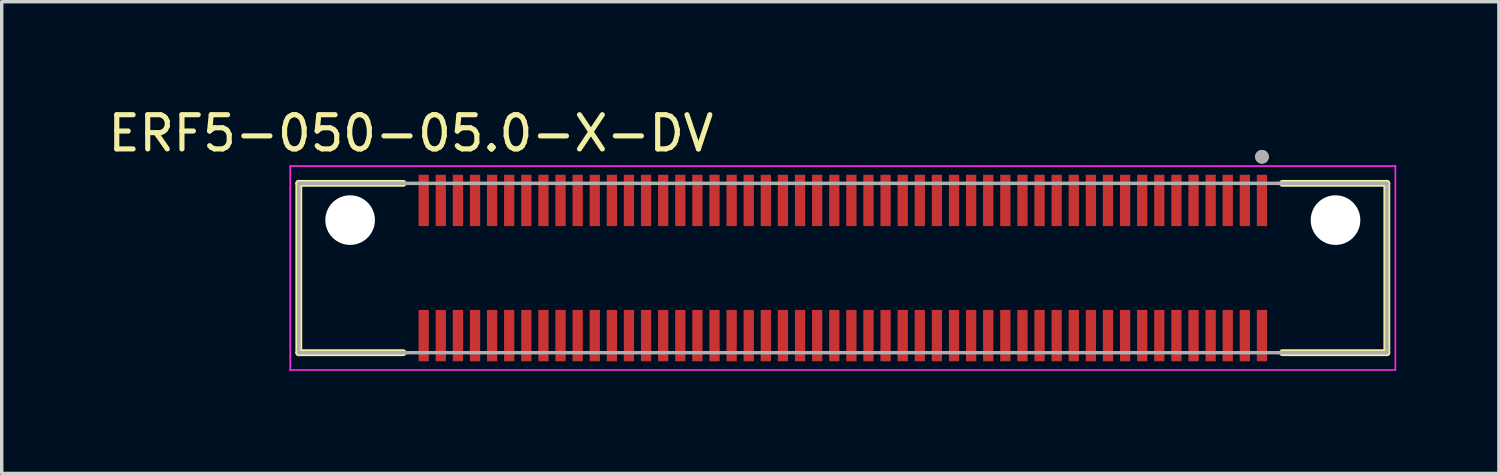
<source format=kicad_pcb>
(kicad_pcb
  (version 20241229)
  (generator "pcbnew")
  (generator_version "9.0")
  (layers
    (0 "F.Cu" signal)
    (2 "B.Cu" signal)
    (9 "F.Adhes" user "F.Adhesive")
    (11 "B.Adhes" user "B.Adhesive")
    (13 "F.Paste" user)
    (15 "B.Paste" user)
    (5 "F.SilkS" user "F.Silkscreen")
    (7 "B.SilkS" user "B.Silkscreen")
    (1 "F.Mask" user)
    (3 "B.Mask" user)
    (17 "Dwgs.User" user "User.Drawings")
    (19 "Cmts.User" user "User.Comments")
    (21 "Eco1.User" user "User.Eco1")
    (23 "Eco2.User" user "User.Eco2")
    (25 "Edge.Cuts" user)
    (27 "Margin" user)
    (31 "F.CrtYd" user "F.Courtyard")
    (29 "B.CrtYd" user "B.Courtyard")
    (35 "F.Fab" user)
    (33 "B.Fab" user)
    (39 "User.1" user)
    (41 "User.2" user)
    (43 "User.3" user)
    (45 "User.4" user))
  (footprint "ERF5-050-05.0-X-DV"
    (layer "F.Cu")
    (at 21.583 4.783)
    (property "Reference" "ERF5-050-05.0-X-DV" (at -12.625 -3.935 0) (layer "F.SilkS") (effects (font (size 1 1) (thickness 0.15))))
    (attr smd)
    (fp_line (start -15.9 -2.475) (end -12.85 -2.475) (stroke (width 0.2) (type solid)) (layer "F.SilkS"))
    (fp_line (start -15.9 2.475) (end -15.9 -2.475) (stroke (width 0.2) (type solid)) (layer "F.SilkS"))
    (fp_line (start -12.85 2.475) (end -15.9 2.475) (stroke (width 0.2) (type solid)) (layer "F.SilkS"))
    (fp_line (start 12.85 -2.475) (end 15.9 -2.475) (stroke (width 0.2) (type solid)) (layer "F.SilkS"))
    (fp_line (start 15.9 -2.475) (end 15.9 2.475) (stroke (width 0.2) (type solid)) (layer "F.SilkS"))
    (fp_line (start 15.9 2.475) (end 12.85 2.475) (stroke (width 0.2) (type solid)) (layer "F.SilkS"))
    (fp_circle (center 12.25 -3.25) (end 12.35 -3.25) (stroke (width 0.2) (type solid)) (fill no) (layer "F.SilkS"))
    (fp_poly (pts (xy -12.377 -2.725) (xy -12.123 -2.725) (xy -12.123 -1.225) (xy -12.377 -1.225)) (stroke (width 0.01) (type solid)) (fill yes) (layer "F.Paste"))
    (fp_poly (pts (xy -12.377 1.225) (xy -12.123 1.225) (xy -12.123 2.725) (xy -12.377 2.725)) (stroke (width 0.01) (type solid)) (fill yes) (layer "F.Paste"))
    (fp_poly (pts (xy -11.877 -2.725) (xy -11.623 -2.725) (xy -11.623 -1.225) (xy -11.877 -1.225)) (stroke (width 0.01) (type solid)) (fill yes) (layer "F.Paste"))
    (fp_poly (pts (xy -11.877 1.225) (xy -11.623 1.225) (xy -11.623 2.725) (xy -11.877 2.725)) (stroke (width 0.01) (type solid)) (fill yes) (layer "F.Paste"))
    (fp_poly (pts (xy -11.377 -2.725) (xy -11.123 -2.725) (xy -11.123 -1.225) (xy -11.377 -1.225)) (stroke (width 0.01) (type solid)) (fill yes) (layer "F.Paste"))
    (fp_poly (pts (xy -11.377 1.225) (xy -11.123 1.225) (xy -11.123 2.725) (xy -11.377 2.725)) (stroke (width 0.01) (type solid)) (fill yes) (layer "F.Paste"))
    (fp_poly (pts (xy -10.877 -2.725) (xy -10.623 -2.725) (xy -10.623 -1.225) (xy -10.877 -1.225)) (stroke (width 0.01) (type solid)) (fill yes) (layer "F.Paste"))
    (fp_poly (pts (xy -10.877 1.225) (xy -10.623 1.225) (xy -10.623 2.725) (xy -10.877 2.725)) (stroke (width 0.01) (type solid)) (fill yes) (layer "F.Paste"))
    (fp_poly (pts (xy -10.377 -2.725) (xy -10.123 -2.725) (xy -10.123 -1.225) (xy -10.377 -1.225)) (stroke (width 0.01) (type solid)) (fill yes) (layer "F.Paste"))
    (fp_poly (pts (xy -10.377 1.225) (xy -10.123 1.225) (xy -10.123 2.725) (xy -10.377 2.725)) (stroke (width 0.01) (type solid)) (fill yes) (layer "F.Paste"))
    (fp_poly (pts (xy -9.877 -2.725) (xy -9.623 -2.725) (xy -9.623 -1.225) (xy -9.877 -1.225)) (stroke (width 0.01) (type solid)) (fill yes) (layer "F.Paste"))
    (fp_poly (pts (xy -9.877 1.225) (xy -9.623 1.225) (xy -9.623 2.725) (xy -9.877 2.725)) (stroke (width 0.01) (type solid)) (fill yes) (layer "F.Paste"))
    (fp_poly (pts (xy -9.377 -2.725) (xy -9.123 -2.725) (xy -9.123 -1.225) (xy -9.377 -1.225)) (stroke (width 0.01) (type solid)) (fill yes) (layer "F.Paste"))
    (fp_poly (pts (xy -9.377 1.225) (xy -9.123 1.225) (xy -9.123 2.725) (xy -9.377 2.725)) (stroke (width 0.01) (type solid)) (fill yes) (layer "F.Paste"))
    (fp_poly (pts (xy -8.877 -2.725) (xy -8.623 -2.725) (xy -8.623 -1.225) (xy -8.877 -1.225)) (stroke (width 0.01) (type solid)) (fill yes) (layer "F.Paste"))
    (fp_poly (pts (xy -8.877 1.225) (xy -8.623 1.225) (xy -8.623 2.725) (xy -8.877 2.725)) (stroke (width 0.01) (type solid)) (fill yes) (layer "F.Paste"))
    (fp_poly (pts (xy -8.377 -2.725) (xy -8.123 -2.725) (xy -8.123 -1.225) (xy -8.377 -1.225)) (stroke (width 0.01) (type solid)) (fill yes) (layer "F.Paste"))
    (fp_poly (pts (xy -8.377 1.225) (xy -8.123 1.225) (xy -8.123 2.725) (xy -8.377 2.725)) (stroke (width 0.01) (type solid)) (fill yes) (layer "F.Paste"))
    (fp_poly (pts (xy -7.877 -2.725) (xy -7.623 -2.725) (xy -7.623 -1.225) (xy -7.877 -1.225)) (stroke (width 0.01) (type solid)) (fill yes) (layer "F.Paste"))
    (fp_poly (pts (xy -7.877 1.225) (xy -7.623 1.225) (xy -7.623 2.725) (xy -7.877 2.725)) (stroke (width 0.01) (type solid)) (fill yes) (layer "F.Paste"))
    (fp_poly (pts (xy -7.377 -2.725) (xy -7.123 -2.725) (xy -7.123 -1.225) (xy -7.377 -1.225)) (stroke (width 0.01) (type solid)) (fill yes) (layer "F.Paste"))
    (fp_poly (pts (xy -7.377 1.225) (xy -7.123 1.225) (xy -7.123 2.725) (xy -7.377 2.725)) (stroke (width 0.01) (type solid)) (fill yes) (layer "F.Paste"))
    (fp_poly (pts (xy -6.877 -2.725) (xy -6.623 -2.725) (xy -6.623 -1.225) (xy -6.877 -1.225)) (stroke (width 0.01) (type solid)) (fill yes) (layer "F.Paste"))
    (fp_poly (pts (xy -6.877 1.225) (xy -6.623 1.225) (xy -6.623 2.725) (xy -6.877 2.725)) (stroke (width 0.01) (type solid)) (fill yes) (layer "F.Paste"))
    (fp_poly (pts (xy -6.377 -2.725) (xy -6.123 -2.725) (xy -6.123 -1.225) (xy -6.377 -1.225)) (stroke (width 0.01) (type solid)) (fill yes) (layer "F.Paste"))
    (fp_poly (pts (xy -6.377 1.225) (xy -6.123 1.225) (xy -6.123 2.725) (xy -6.377 2.725)) (stroke (width 0.01) (type solid)) (fill yes) (layer "F.Paste"))
    (fp_poly (pts (xy -5.877 -2.725) (xy -5.623 -2.725) (xy -5.623 -1.225) (xy -5.877 -1.225)) (stroke (width 0.01) (type solid)) (fill yes) (layer "F.Paste"))
    (fp_poly (pts (xy -5.877 1.225) (xy -5.623 1.225) (xy -5.623 2.725) (xy -5.877 2.725)) (stroke (width 0.01) (type solid)) (fill yes) (layer "F.Paste"))
    (fp_poly (pts (xy -5.377 -2.725) (xy -5.123 -2.725) (xy -5.123 -1.225) (xy -5.377 -1.225)) (stroke (width 0.01) (type solid)) (fill yes) (layer "F.Paste"))
    (fp_poly (pts (xy -5.377 1.225) (xy -5.123 1.225) (xy -5.123 2.725) (xy -5.377 2.725)) (stroke (width 0.01) (type solid)) (fill yes) (layer "F.Paste"))
    (fp_poly (pts (xy -4.877 -2.725) (xy -4.623 -2.725) (xy -4.623 -1.225) (xy -4.877 -1.225)) (stroke (width 0.01) (type solid)) (fill yes) (layer "F.Paste"))
    (fp_poly (pts (xy -4.877 1.225) (xy -4.623 1.225) (xy -4.623 2.725) (xy -4.877 2.725)) (stroke (width 0.01) (type solid)) (fill yes) (layer "F.Paste"))
    (fp_poly (pts (xy -4.377 -2.725) (xy -4.123 -2.725) (xy -4.123 -1.225) (xy -4.377 -1.225)) (stroke (width 0.01) (type solid)) (fill yes) (layer "F.Paste"))
    (fp_poly (pts (xy -4.377 1.225) (xy -4.123 1.225) (xy -4.123 2.725) (xy -4.377 2.725)) (stroke (width 0.01) (type solid)) (fill yes) (layer "F.Paste"))
    (fp_poly (pts (xy -3.877 -2.725) (xy -3.623 -2.725) (xy -3.623 -1.225) (xy -3.877 -1.225)) (stroke (width 0.01) (type solid)) (fill yes) (layer "F.Paste"))
    (fp_poly (pts (xy -3.877 1.225) (xy -3.623 1.225) (xy -3.623 2.725) (xy -3.877 2.725)) (stroke (width 0.01) (type solid)) (fill yes) (layer "F.Paste"))
    (fp_poly (pts (xy -3.377 -2.725) (xy -3.123 -2.725) (xy -3.123 -1.225) (xy -3.377 -1.225)) (stroke (width 0.01) (type solid)) (fill yes) (layer "F.Paste"))
    (fp_poly (pts (xy -3.377 1.225) (xy -3.123 1.225) (xy -3.123 2.725) (xy -3.377 2.725)) (stroke (width 0.01) (type solid)) (fill yes) (layer "F.Paste"))
    (fp_poly (pts (xy -2.877 -2.725) (xy -2.623 -2.725) (xy -2.623 -1.225) (xy -2.877 -1.225)) (stroke (width 0.01) (type solid)) (fill yes) (layer "F.Paste"))
    (fp_poly (pts (xy -2.877 1.225) (xy -2.623 1.225) (xy -2.623 2.725) (xy -2.877 2.725)) (stroke (width 0.01) (type solid)) (fill yes) (layer "F.Paste"))
    (fp_poly (pts (xy -2.377 -2.725) (xy -2.123 -2.725) (xy -2.123 -1.225) (xy -2.377 -1.225)) (stroke (width 0.01) (type solid)) (fill yes) (layer "F.Paste"))
    (fp_poly (pts (xy -2.377 1.225) (xy -2.123 1.225) (xy -2.123 2.725) (xy -2.377 2.725)) (stroke (width 0.01) (type solid)) (fill yes) (layer "F.Paste"))
    (fp_poly (pts (xy -1.877 -2.725) (xy -1.623 -2.725) (xy -1.623 -1.225) (xy -1.877 -1.225)) (stroke (width 0.01) (type solid)) (fill yes) (layer "F.Paste"))
    (fp_poly (pts (xy -1.877 1.225) (xy -1.623 1.225) (xy -1.623 2.725) (xy -1.877 2.725)) (stroke (width 0.01) (type solid)) (fill yes) (layer "F.Paste"))
    (fp_poly (pts (xy -1.377 -2.725) (xy -1.123 -2.725) (xy -1.123 -1.225) (xy -1.377 -1.225)) (stroke (width 0.01) (type solid)) (fill yes) (layer "F.Paste"))
    (fp_poly (pts (xy -1.377 1.225) (xy -1.123 1.225) (xy -1.123 2.725) (xy -1.377 2.725)) (stroke (width 0.01) (type solid)) (fill yes) (layer "F.Paste"))
    (fp_poly (pts (xy -0.877 -2.725) (xy -0.623 -2.725) (xy -0.623 -1.225) (xy -0.877 -1.225)) (stroke (width 0.01) (type solid)) (fill yes) (layer "F.Paste"))
    (fp_poly (pts (xy -0.877 1.225) (xy -0.623 1.225) (xy -0.623 2.725) (xy -0.877 2.725)) (stroke (width 0.01) (type solid)) (fill yes) (layer "F.Paste"))
    (fp_poly (pts (xy -0.377 -2.725) (xy -0.123 -2.725) (xy -0.123 -1.225) (xy -0.377 -1.225)) (stroke (width 0.01) (type solid)) (fill yes) (layer "F.Paste"))
    (fp_poly (pts (xy -0.377 1.225) (xy -0.123 1.225) (xy -0.123 2.725) (xy -0.377 2.725)) (stroke (width 0.01) (type solid)) (fill yes) (layer "F.Paste"))
    (fp_poly (pts (xy 0.123 -2.725) (xy 0.377 -2.725) (xy 0.377 -1.225) (xy 0.123 -1.225)) (stroke (width 0.01) (type solid)) (fill yes) (layer "F.Paste"))
    (fp_poly (pts (xy 0.123 1.225) (xy 0.377 1.225) (xy 0.377 2.725) (xy 0.123 2.725)) (stroke (width 0.01) (type solid)) (fill yes) (layer "F.Paste"))
    (fp_poly (pts (xy 0.623 -2.725) (xy 0.877 -2.725) (xy 0.877 -1.225) (xy 0.623 -1.225)) (stroke (width 0.01) (type solid)) (fill yes) (layer "F.Paste"))
    (fp_poly (pts (xy 0.623 1.225) (xy 0.877 1.225) (xy 0.877 2.725) (xy 0.623 2.725)) (stroke (width 0.01) (type solid)) (fill yes) (layer "F.Paste"))
    (fp_poly (pts (xy 1.123 -2.725) (xy 1.377 -2.725) (xy 1.377 -1.225) (xy 1.123 -1.225)) (stroke (width 0.01) (type solid)) (fill yes) (layer "F.Paste"))
    (fp_poly (pts (xy 1.123 1.225) (xy 1.377 1.225) (xy 1.377 2.725) (xy 1.123 2.725)) (stroke (width 0.01) (type solid)) (fill yes) (layer "F.Paste"))
    (fp_poly (pts (xy 1.623 -2.725) (xy 1.877 -2.725) (xy 1.877 -1.225) (xy 1.623 -1.225)) (stroke (width 0.01) (type solid)) (fill yes) (layer "F.Paste"))
    (fp_poly (pts (xy 1.623 1.225) (xy 1.877 1.225) (xy 1.877 2.725) (xy 1.623 2.725)) (stroke (width 0.01) (type solid)) (fill yes) (layer "F.Paste"))
    (fp_poly (pts (xy 2.123 -2.725) (xy 2.377 -2.725) (xy 2.377 -1.225) (xy 2.123 -1.225)) (stroke (width 0.01) (type solid)) (fill yes) (layer "F.Paste"))
    (fp_poly (pts (xy 2.123 1.225) (xy 2.377 1.225) (xy 2.377 2.725) (xy 2.123 2.725)) (stroke (width 0.01) (type solid)) (fill yes) (layer "F.Paste"))
    (fp_poly (pts (xy 2.623 -2.725) (xy 2.877 -2.725) (xy 2.877 -1.225) (xy 2.623 -1.225)) (stroke (width 0.01) (type solid)) (fill yes) (layer "F.Paste"))
    (fp_poly (pts (xy 2.623 1.225) (xy 2.877 1.225) (xy 2.877 2.725) (xy 2.623 2.725)) (stroke (width 0.01) (type solid)) (fill yes) (layer "F.Paste"))
    (fp_poly (pts (xy 3.123 -2.725) (xy 3.377 -2.725) (xy 3.377 -1.225) (xy 3.123 -1.225)) (stroke (width 0.01) (type solid)) (fill yes) (layer "F.Paste"))
    (fp_poly (pts (xy 3.123 1.225) (xy 3.377 1.225) (xy 3.377 2.725) (xy 3.123 2.725)) (stroke (width 0.01) (type solid)) (fill yes) (layer "F.Paste"))
    (fp_poly (pts (xy 3.623 -2.725) (xy 3.877 -2.725) (xy 3.877 -1.225) (xy 3.623 -1.225)) (stroke (width 0.01) (type solid)) (fill yes) (layer "F.Paste"))
    (fp_poly (pts (xy 3.623 1.225) (xy 3.877 1.225) (xy 3.877 2.725) (xy 3.623 2.725)) (stroke (width 0.01) (type solid)) (fill yes) (layer "F.Paste"))
    (fp_poly (pts (xy 4.123 -2.725) (xy 4.377 -2.725) (xy 4.377 -1.225) (xy 4.123 -1.225)) (stroke (width 0.01) (type solid)) (fill yes) (layer "F.Paste"))
    (fp_poly (pts (xy 4.123 1.225) (xy 4.377 1.225) (xy 4.377 2.725) (xy 4.123 2.725)) (stroke (width 0.01) (type solid)) (fill yes) (layer "F.Paste"))
    (fp_poly (pts (xy 4.623 -2.725) (xy 4.877 -2.725) (xy 4.877 -1.225) (xy 4.623 -1.225)) (stroke (width 0.01) (type solid)) (fill yes) (layer "F.Paste"))
    (fp_poly (pts (xy 4.623 1.225) (xy 4.877 1.225) (xy 4.877 2.725) (xy 4.623 2.725)) (stroke (width 0.01) (type solid)) (fill yes) (layer "F.Paste"))
    (fp_poly (pts (xy 5.123 -2.725) (xy 5.377 -2.725) (xy 5.377 -1.225) (xy 5.123 -1.225)) (stroke (width 0.01) (type solid)) (fill yes) (layer "F.Paste"))
    (fp_poly (pts (xy 5.123 1.225) (xy 5.377 1.225) (xy 5.377 2.725) (xy 5.123 2.725)) (stroke (width 0.01) (type solid)) (fill yes) (layer "F.Paste"))
    (fp_poly (pts (xy 5.623 -2.725) (xy 5.877 -2.725) (xy 5.877 -1.225) (xy 5.623 -1.225)) (stroke (width 0.01) (type solid)) (fill yes) (layer "F.Paste"))
    (fp_poly (pts (xy 5.623 1.225) (xy 5.877 1.225) (xy 5.877 2.725) (xy 5.623 2.725)) (stroke (width 0.01) (type solid)) (fill yes) (layer "F.Paste"))
    (fp_poly (pts (xy 6.123 -2.725) (xy 6.377 -2.725) (xy 6.377 -1.225) (xy 6.123 -1.225)) (stroke (width 0.01) (type solid)) (fill yes) (layer "F.Paste"))
    (fp_poly (pts (xy 6.123 1.225) (xy 6.377 1.225) (xy 6.377 2.725) (xy 6.123 2.725)) (stroke (width 0.01) (type solid)) (fill yes) (layer "F.Paste"))
    (fp_poly (pts (xy 6.623 -2.725) (xy 6.877 -2.725) (xy 6.877 -1.225) (xy 6.623 -1.225)) (stroke (width 0.01) (type solid)) (fill yes) (layer "F.Paste"))
    (fp_poly (pts (xy 6.623 1.225) (xy 6.877 1.225) (xy 6.877 2.725) (xy 6.623 2.725)) (stroke (width 0.01) (type solid)) (fill yes) (layer "F.Paste"))
    (fp_poly (pts (xy 7.123 -2.725) (xy 7.377 -2.725) (xy 7.377 -1.225) (xy 7.123 -1.225)) (stroke (width 0.01) (type solid)) (fill yes) (layer "F.Paste"))
    (fp_poly (pts (xy 7.123 1.225) (xy 7.377 1.225) (xy 7.377 2.725) (xy 7.123 2.725)) (stroke (width 0.01) (type solid)) (fill yes) (layer "F.Paste"))
    (fp_poly (pts (xy 7.623 -2.725) (xy 7.877 -2.725) (xy 7.877 -1.225) (xy 7.623 -1.225)) (stroke (width 0.01) (type solid)) (fill yes) (layer "F.Paste"))
    (fp_poly (pts (xy 7.623 1.225) (xy 7.877 1.225) (xy 7.877 2.725) (xy 7.623 2.725)) (stroke (width 0.01) (type solid)) (fill yes) (layer "F.Paste"))
    (fp_poly (pts (xy 8.123 -2.725) (xy 8.377 -2.725) (xy 8.377 -1.225) (xy 8.123 -1.225)) (stroke (width 0.01) (type solid)) (fill yes) (layer "F.Paste"))
    (fp_poly (pts (xy 8.123 1.225) (xy 8.377 1.225) (xy 8.377 2.725) (xy 8.123 2.725)) (stroke (width 0.01) (type solid)) (fill yes) (layer "F.Paste"))
    (fp_poly (pts (xy 8.623 -2.725) (xy 8.877 -2.725) (xy 8.877 -1.225) (xy 8.623 -1.225)) (stroke (width 0.01) (type solid)) (fill yes) (layer "F.Paste"))
    (fp_poly (pts (xy 8.623 1.225) (xy 8.877 1.225) (xy 8.877 2.725) (xy 8.623 2.725)) (stroke (width 0.01) (type solid)) (fill yes) (layer "F.Paste"))
    (fp_poly (pts (xy 9.123 -2.725) (xy 9.377 -2.725) (xy 9.377 -1.225) (xy 9.123 -1.225)) (stroke (width 0.01) (type solid)) (fill yes) (layer "F.Paste"))
    (fp_poly (pts (xy 9.123 1.225) (xy 9.377 1.225) (xy 9.377 2.725) (xy 9.123 2.725)) (stroke (width 0.01) (type solid)) (fill yes) (layer "F.Paste"))
    (fp_poly (pts (xy 9.623 -2.725) (xy 9.877 -2.725) (xy 9.877 -1.225) (xy 9.623 -1.225)) (stroke (width 0.01) (type solid)) (fill yes) (layer "F.Paste"))
    (fp_poly (pts (xy 9.623 1.225) (xy 9.877 1.225) (xy 9.877 2.725) (xy 9.623 2.725)) (stroke (width 0.01) (type solid)) (fill yes) (layer "F.Paste"))
    (fp_poly (pts (xy 10.123 -2.725) (xy 10.377 -2.725) (xy 10.377 -1.225) (xy 10.123 -1.225)) (stroke (width 0.01) (type solid)) (fill yes) (layer "F.Paste"))
    (fp_poly (pts (xy 10.123 1.225) (xy 10.377 1.225) (xy 10.377 2.725) (xy 10.123 2.725)) (stroke (width 0.01) (type solid)) (fill yes) (layer "F.Paste"))
    (fp_poly (pts (xy 10.623 -2.725) (xy 10.877 -2.725) (xy 10.877 -1.225) (xy 10.623 -1.225)) (stroke (width 0.01) (type solid)) (fill yes) (layer "F.Paste"))
    (fp_poly (pts (xy 10.623 1.225) (xy 10.877 1.225) (xy 10.877 2.725) (xy 10.623 2.725)) (stroke (width 0.01) (type solid)) (fill yes) (layer "F.Paste"))
    (fp_poly (pts (xy 11.123 -2.725) (xy 11.377 -2.725) (xy 11.377 -1.225) (xy 11.123 -1.225)) (stroke (width 0.01) (type solid)) (fill yes) (layer "F.Paste"))
    (fp_poly (pts (xy 11.123 1.225) (xy 11.377 1.225) (xy 11.377 2.725) (xy 11.123 2.725)) (stroke (width 0.01) (type solid)) (fill yes) (layer "F.Paste"))
    (fp_poly (pts (xy 11.623 -2.725) (xy 11.877 -2.725) (xy 11.877 -1.225) (xy 11.623 -1.225)) (stroke (width 0.01) (type solid)) (fill yes) (layer "F.Paste"))
    (fp_poly (pts (xy 11.623 1.225) (xy 11.877 1.225) (xy 11.877 2.725) (xy 11.623 2.725)) (stroke (width 0.01) (type solid)) (fill yes) (layer "F.Paste"))
    (fp_poly (pts (xy 12.123 -2.725) (xy 12.377 -2.725) (xy 12.377 -1.225) (xy 12.123 -1.225)) (stroke (width 0.01) (type solid)) (fill yes) (layer "F.Paste"))
    (fp_poly (pts (xy 12.123 1.225) (xy 12.377 1.225) (xy 12.377 2.725) (xy 12.123 2.725)) (stroke (width 0.01) (type solid)) (fill yes) (layer "F.Paste"))
    (fp_line (start -16.15 -2.98) (end -16.15 2.98) (stroke (width 0.05) (type solid)) (layer "F.CrtYd"))
    (fp_line (start -16.15 2.98) (end 16.15 2.98) (stroke (width 0.05) (type solid)) (layer "F.CrtYd"))
    (fp_line (start 16.15 -2.98) (end -16.15 -2.98) (stroke (width 0.05) (type solid)) (layer "F.CrtYd"))
    (fp_line (start 16.15 2.98) (end 16.15 -2.98) (stroke (width 0.05) (type solid)) (layer "F.CrtYd"))
    (fp_line (start -15.9 -2.475) (end 15.9 -2.475) (stroke (width 0.1) (type solid)) (layer "F.Fab"))
    (fp_line (start -15.9 2.475) (end -15.9 -2.475) (stroke (width 0.1) (type solid)) (layer "F.Fab"))
    (fp_line (start 15.9 -2.475) (end 15.9 2.475) (stroke (width 0.1) (type solid)) (layer "F.Fab"))
    (fp_line (start 15.9 2.475) (end -15.9 2.475) (stroke (width 0.1) (type solid)) (layer "F.Fab"))
    (fp_circle (center 12.25 -3.25) (end 12.35 -3.25) (stroke (width 0.2) (type solid)) (fill no) (layer "F.Fab"))
    (pad "" np_thru_hole circle (at -14.4 -1.4) (size 1.45 1.45) (drill 1.45) (layers "*.Cu" "*.Mask"))
    (pad "" np_thru_hole circle (at 14.4 -1.4) (size 1.45 1.45) (drill 1.45) (layers "*.Cu" "*.Mask"))
    (pad "01" smd rect (at 12.25 -1.975 90) (size 1.5 0.3) (layers "F.Cu" "F.Mask"))
    (pad "02" smd rect (at 12.25 1.975 90) (size 1.5 0.3) (layers "F.Cu" "F.Mask"))
    (pad "03" smd rect (at 11.75 -1.975 90) (size 1.5 0.3) (layers "F.Cu" "F.Mask"))
    (pad "04" smd rect (at 11.75 1.975 90) (size 1.5 0.3) (layers "F.Cu" "F.Mask"))
    (pad "05" smd rect (at 11.25 -1.975 90) (size 1.5 0.3) (layers "F.Cu" "F.Mask"))
    (pad "06" smd rect (at 11.25 1.975 90) (size 1.5 0.3) (layers "F.Cu" "F.Mask"))
    (pad "07" smd rect (at 10.75 -1.975 90) (size 1.5 0.3) (layers "F.Cu" "F.Mask"))
    (pad "08" smd rect (at 10.75 1.975 90) (size 1.5 0.3) (layers "F.Cu" "F.Mask"))
    (pad "09" smd rect (at 10.25 -1.975 90) (size 1.5 0.3) (layers "F.Cu" "F.Mask"))
    (pad "10" smd rect (at 10.25 1.975 90) (size 1.5 0.3) (layers "F.Cu" "F.Mask"))
    (pad "11" smd rect (at 9.75 -1.975 90) (size 1.5 0.3) (layers "F.Cu" "F.Mask"))
    (pad "12" smd rect (at 9.75 1.975 90) (size 1.5 0.3) (layers "F.Cu" "F.Mask"))
    (pad "13" smd rect (at 9.25 -1.975 90) (size 1.5 0.3) (layers "F.Cu" "F.Mask"))
    (pad "14" smd rect (at 9.25 1.975 90) (size 1.5 0.3) (layers "F.Cu" "F.Mask"))
    (pad "15" smd rect (at 8.75 -1.975 90) (size 1.5 0.3) (layers "F.Cu" "F.Mask"))
    (pad "16" smd rect (at 8.75 1.975 90) (size 1.5 0.3) (layers "F.Cu" "F.Mask"))
    (pad "17" smd rect (at 8.25 -1.975 90) (size 1.5 0.3) (layers "F.Cu" "F.Mask"))
    (pad "18" smd rect (at 8.25 1.975 90) (size 1.5 0.3) (layers "F.Cu" "F.Mask"))
    (pad "19" smd rect (at 7.75 -1.975 90) (size 1.5 0.3) (layers "F.Cu" "F.Mask"))
    (pad "20" smd rect (at 7.75 1.975 90) (size 1.5 0.3) (layers "F.Cu" "F.Mask"))
    (pad "21" smd rect (at 7.25 -1.975 90) (size 1.5 0.3) (layers "F.Cu" "F.Mask"))
    (pad "22" smd rect (at 7.25 1.975 90) (size 1.5 0.3) (layers "F.Cu" "F.Mask"))
    (pad "23" smd rect (at 6.75 -1.975 90) (size 1.5 0.3) (layers "F.Cu" "F.Mask"))
    (pad "24" smd rect (at 6.75 1.975 90) (size 1.5 0.3) (layers "F.Cu" "F.Mask"))
    (pad "25" smd rect (at 6.25 -1.975 90) (size 1.5 0.3) (layers "F.Cu" "F.Mask"))
    (pad "26" smd rect (at 6.25 1.975 90) (size 1.5 0.3) (layers "F.Cu" "F.Mask"))
    (pad "27" smd rect (at 5.75 -1.975 90) (size 1.5 0.3) (layers "F.Cu" "F.Mask"))
    (pad "28" smd rect (at 5.75 1.975 90) (size 1.5 0.3) (layers "F.Cu" "F.Mask"))
    (pad "29" smd rect (at 5.25 -1.975 90) (size 1.5 0.3) (layers "F.Cu" "F.Mask"))
    (pad "30" smd rect (at 5.25 1.975 90) (size 1.5 0.3) (layers "F.Cu" "F.Mask"))
    (pad "31" smd rect (at 4.75 -1.975 90) (size 1.5 0.3) (layers "F.Cu" "F.Mask"))
    (pad "32" smd rect (at 4.75 1.975 90) (size 1.5 0.3) (layers "F.Cu" "F.Mask"))
    (pad "33" smd rect (at 4.25 -1.975 90) (size 1.5 0.3) (layers "F.Cu" "F.Mask"))
    (pad "34" smd rect (at 4.25 1.975 90) (size 1.5 0.3) (layers "F.Cu" "F.Mask"))
    (pad "35" smd rect (at 3.75 -1.975 90) (size 1.5 0.3) (layers "F.Cu" "F.Mask"))
    (pad "36" smd rect (at 3.75 1.975 90) (size 1.5 0.3) (layers "F.Cu" "F.Mask"))
    (pad "37" smd rect (at 3.25 -1.975 90) (size 1.5 0.3) (layers "F.Cu" "F.Mask"))
    (pad "38" smd rect (at 3.25 1.975 90) (size 1.5 0.3) (layers "F.Cu" "F.Mask"))
    (pad "39" smd rect (at 2.75 -1.975 90) (size 1.5 0.3) (layers "F.Cu" "F.Mask"))
    (pad "40" smd rect (at 2.75 1.975 90) (size 1.5 0.3) (layers "F.Cu" "F.Mask"))
    (pad "41" smd rect (at 2.25 -1.975 90) (size 1.5 0.3) (layers "F.Cu" "F.Mask"))
    (pad "42" smd rect (at 2.25 1.975 90) (size 1.5 0.3) (layers "F.Cu" "F.Mask"))
    (pad "43" smd rect (at 1.75 -1.975 90) (size 1.5 0.3) (layers "F.Cu" "F.Mask"))
    (pad "44" smd rect (at 1.75 1.975 90) (size 1.5 0.3) (layers "F.Cu" "F.Mask"))
    (pad "45" smd rect (at 1.25 -1.975 90) (size 1.5 0.3) (layers "F.Cu" "F.Mask"))
    (pad "46" smd rect (at 1.25 1.975 90) (size 1.5 0.3) (layers "F.Cu" "F.Mask"))
    (pad "47" smd rect (at 0.75 -1.975 90) (size 1.5 0.3) (layers "F.Cu" "F.Mask"))
    (pad "48" smd rect (at 0.75 1.975 90) (size 1.5 0.3) (layers "F.Cu" "F.Mask"))
    (pad "49" smd rect (at 0.25 -1.975 90) (size 1.5 0.3) (layers "F.Cu" "F.Mask"))
    (pad "50" smd rect (at 0.25 1.975 90) (size 1.5 0.3) (layers "F.Cu" "F.Mask"))
    (pad "51" smd rect (at -0.25 -1.975 90) (size 1.5 0.3) (layers "F.Cu" "F.Mask"))
    (pad "52" smd rect (at -0.25 1.975 90) (size 1.5 0.3) (layers "F.Cu" "F.Mask"))
    (pad "53" smd rect (at -0.75 -1.975 90) (size 1.5 0.3) (layers "F.Cu" "F.Mask"))
    (pad "54" smd rect (at -0.75 1.975 90) (size 1.5 0.3) (layers "F.Cu" "F.Mask"))
    (pad "55" smd rect (at -1.25 -1.975 90) (size 1.5 0.3) (layers "F.Cu" "F.Mask"))
    (pad "56" smd rect (at -1.25 1.975 90) (size 1.5 0.3) (layers "F.Cu" "F.Mask"))
    (pad "57" smd rect (at -1.75 -1.975 90) (size 1.5 0.3) (layers "F.Cu" "F.Mask"))
    (pad "58" smd rect (at -1.75 1.975 90) (size 1.5 0.3) (layers "F.Cu" "F.Mask"))
    (pad "59" smd rect (at -2.25 -1.975 90) (size 1.5 0.3) (layers "F.Cu" "F.Mask"))
    (pad "60" smd rect (at -2.25 1.975 90) (size 1.5 0.3) (layers "F.Cu" "F.Mask"))
    (pad "61" smd rect (at -2.75 -1.975 90) (size 1.5 0.3) (layers "F.Cu" "F.Mask"))
    (pad "62" smd rect (at -2.75 1.975 90) (size 1.5 0.3) (layers "F.Cu" "F.Mask"))
    (pad "63" smd rect (at -3.25 -1.975 90) (size 1.5 0.3) (layers "F.Cu" "F.Mask"))
    (pad "64" smd rect (at -3.25 1.975 90) (size 1.5 0.3) (layers "F.Cu" "F.Mask"))
    (pad "65" smd rect (at -3.75 -1.975 90) (size 1.5 0.3) (layers "F.Cu" "F.Mask"))
    (pad "66" smd rect (at -3.75 1.975 90) (size 1.5 0.3) (layers "F.Cu" "F.Mask"))
    (pad "67" smd rect (at -4.25 -1.975 90) (size 1.5 0.3) (layers "F.Cu" "F.Mask"))
    (pad "68" smd rect (at -4.25 1.975 90) (size 1.5 0.3) (layers "F.Cu" "F.Mask"))
    (pad "69" smd rect (at -4.75 -1.975 90) (size 1.5 0.3) (layers "F.Cu" "F.Mask"))
    (pad "70" smd rect (at -4.75 1.975 90) (size 1.5 0.3) (layers "F.Cu" "F.Mask"))
    (pad "71" smd rect (at -5.25 -1.975 90) (size 1.5 0.3) (layers "F.Cu" "F.Mask"))
    (pad "72" smd rect (at -5.25 1.975 90) (size 1.5 0.3) (layers "F.Cu" "F.Mask"))
    (pad "73" smd rect (at -5.75 -1.975 90) (size 1.5 0.3) (layers "F.Cu" "F.Mask"))
    (pad "74" smd rect (at -5.75 1.975 90) (size 1.5 0.3) (layers "F.Cu" "F.Mask"))
    (pad "75" smd rect (at -6.25 -1.975 90) (size 1.5 0.3) (layers "F.Cu" "F.Mask"))
    (pad "76" smd rect (at -6.25 1.975 90) (size 1.5 0.3) (layers "F.Cu" "F.Mask"))
    (pad "77" smd rect (at -6.75 -1.975 90) (size 1.5 0.3) (layers "F.Cu" "F.Mask"))
    (pad "78" smd rect (at -6.75 1.975 90) (size 1.5 0.3) (layers "F.Cu" "F.Mask"))
    (pad "79" smd rect (at -7.25 -1.975 90) (size 1.5 0.3) (layers "F.Cu" "F.Mask"))
    (pad "80" smd rect (at -7.25 1.975 90) (size 1.5 0.3) (layers "F.Cu" "F.Mask"))
    (pad "81" smd rect (at -7.75 -1.975 90) (size 1.5 0.3) (layers "F.Cu" "F.Mask"))
    (pad "82" smd rect (at -7.75 1.975 90) (size 1.5 0.3) (layers "F.Cu" "F.Mask"))
    (pad "83" smd rect (at -8.25 -1.975 90) (size 1.5 0.3) (layers "F.Cu" "F.Mask"))
    (pad "84" smd rect (at -8.25 1.975 90) (size 1.5 0.3) (layers "F.Cu" "F.Mask"))
    (pad "85" smd rect (at -8.75 -1.975 90) (size 1.5 0.3) (layers "F.Cu" "F.Mask"))
    (pad "86" smd rect (at -8.75 1.975 90) (size 1.5 0.3) (layers "F.Cu" "F.Mask"))
    (pad "87" smd rect (at -9.25 -1.975 90) (size 1.5 0.3) (layers "F.Cu" "F.Mask"))
    (pad "88" smd rect (at -9.25 1.975 90) (size 1.5 0.3) (layers "F.Cu" "F.Mask"))
    (pad "89" smd rect (at -9.75 -1.975 90) (size 1.5 0.3) (layers "F.Cu" "F.Mask"))
    (pad "90" smd rect (at -9.75 1.975 90) (size 1.5 0.3) (layers "F.Cu" "F.Mask"))
    (pad "91" smd rect (at -10.25 -1.975 90) (size 1.5 0.3) (layers "F.Cu" "F.Mask"))
    (pad "92" smd rect (at -10.25 1.975 90) (size 1.5 0.3) (layers "F.Cu" "F.Mask"))
    (pad "93" smd rect (at -10.75 -1.975 90) (size 1.5 0.3) (layers "F.Cu" "F.Mask"))
    (pad "94" smd rect (at -10.75 1.975 90) (size 1.5 0.3) (layers "F.Cu" "F.Mask"))
    (pad "95" smd rect (at -11.25 -1.975 90) (size 1.5 0.3) (layers "F.Cu" "F.Mask"))
    (pad "96" smd rect (at -11.25 1.975 90) (size 1.5 0.3) (layers "F.Cu" "F.Mask"))
    (pad "97" smd rect (at -11.75 -1.975 90) (size 1.5 0.3) (layers "F.Cu" "F.Mask"))
    (pad "98" smd rect (at -11.75 1.975 90) (size 1.5 0.3) (layers "F.Cu" "F.Mask"))
    (pad "99" smd rect (at -12.25 -1.975 90) (size 1.5 0.3) (layers "F.Cu" "F.Mask"))
    (pad "100" smd rect (at -12.25 1.975 90) (size 1.5 0.3) (layers "F.Cu" "F.Mask")))
  (gr_rect
    (start -3 -3)
    (end 40.758 10.788)
    (stroke (width 0.1) (type default))
    (fill no)
    (layer "Edge.Cuts")))
</source>
